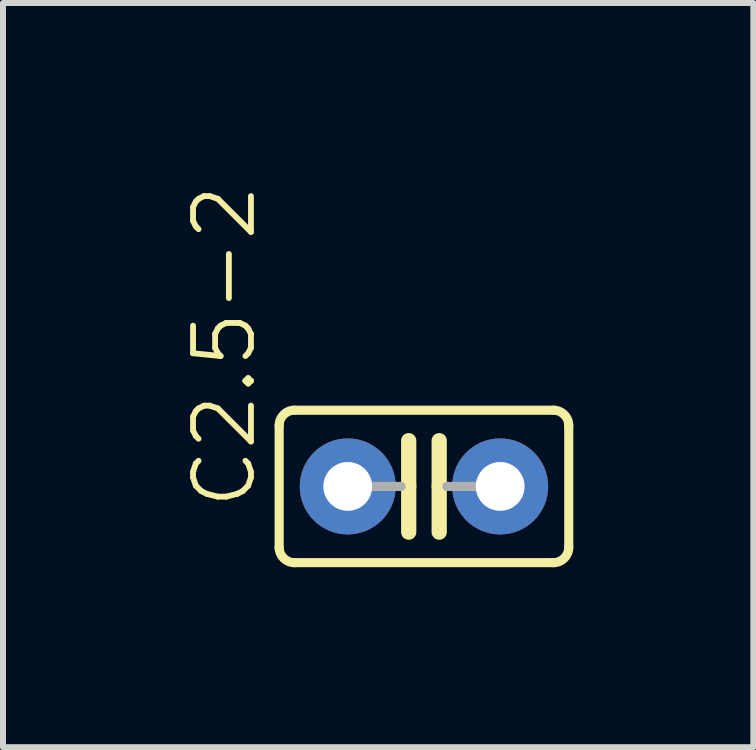
<source format=kicad_pcb>
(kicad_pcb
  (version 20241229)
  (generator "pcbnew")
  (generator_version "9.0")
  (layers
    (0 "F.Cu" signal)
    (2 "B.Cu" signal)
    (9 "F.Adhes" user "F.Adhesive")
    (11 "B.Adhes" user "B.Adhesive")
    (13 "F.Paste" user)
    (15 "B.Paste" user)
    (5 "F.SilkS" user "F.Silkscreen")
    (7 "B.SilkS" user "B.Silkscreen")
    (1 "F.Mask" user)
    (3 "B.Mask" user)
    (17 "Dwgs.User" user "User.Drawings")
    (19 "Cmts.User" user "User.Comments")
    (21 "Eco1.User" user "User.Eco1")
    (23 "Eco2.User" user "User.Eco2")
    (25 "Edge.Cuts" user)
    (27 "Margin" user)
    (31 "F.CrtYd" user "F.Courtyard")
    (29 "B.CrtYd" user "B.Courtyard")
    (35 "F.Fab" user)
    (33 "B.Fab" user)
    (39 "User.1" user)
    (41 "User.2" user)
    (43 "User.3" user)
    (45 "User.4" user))
  (footprint "C2.5-2"
    (layer "F.Cu")
    (at 4.015 5.056)
    (property "Reference" "C2.5-2" (at -2.76 0.418 90) (layer "F.SilkS") (effects (font (size 0.965 0.965) (thickness 0.097)) (justify left bottom)))
    (attr through_hole)
    (fp_line (start -2.413 -1.016) (end -2.413 1.016) (stroke (width 0.152) (type solid)) (layer "F.SilkS"))
    (fp_line (start -2.159 -1.27) (end 2.159 -1.27) (stroke (width 0.152) (type solid)) (layer "F.SilkS"))
    (fp_line (start -0.254 -0.762) (end -0.254 0) (stroke (width 0.254) (type solid)) (layer "F.SilkS"))
    (fp_line (start -0.254 0) (end -0.381 0) (stroke (width 0.152) (type solid)) (layer "F.SilkS"))
    (fp_line (start -0.254 0) (end -0.254 0.762) (stroke (width 0.254) (type solid)) (layer "F.SilkS"))
    (fp_line (start 0.254 0) (end 0.254 -0.762) (stroke (width 0.254) (type solid)) (layer "F.SilkS"))
    (fp_line (start 0.254 0) (end 0.254 0.762) (stroke (width 0.254) (type solid)) (layer "F.SilkS"))
    (fp_line (start 0.381 0) (end 0.254 0) (stroke (width 0.152) (type solid)) (layer "F.SilkS"))
    (fp_line (start 2.159 1.27) (end -2.159 1.27) (stroke (width 0.152) (type solid)) (layer "F.SilkS"))
    (fp_line (start 2.413 -1.016) (end 2.413 1.016) (stroke (width 0.152) (type solid)) (layer "F.SilkS"))
    (fp_arc (start -2.413 -1.016) (mid -2.338605 -1.195605) (end -2.159 -1.27) (stroke (width 0.1524) (type solid)) (layer "F.SilkS"))
    (fp_arc (start -2.159 1.27) (mid -2.338605 1.195605) (end -2.413 1.016) (stroke (width 0.1524) (type solid)) (layer "F.SilkS"))
    (fp_arc (start 2.159 -1.27) (mid 2.338605 -1.195605) (end 2.413 -1.016) (stroke (width 0.1524) (type solid)) (layer "F.SilkS"))
    (fp_arc (start 2.413 1.016) (mid 2.338605 1.195605) (end 2.159 1.27) (stroke (width 0.1524) (type solid)) (layer "F.SilkS"))
    (fp_line (start -0.381 0) (end -1.27 0) (stroke (width 0.152) (type solid)) (layer "F.Fab"))
    (fp_line (start 1.27 0) (end 0.381 0) (stroke (width 0.152) (type solid)) (layer "F.Fab"))
    (pad "1" thru_hole circle (at -1.27 0) (size 1.6 1.6) (drill 0.813) (layers "*.Cu" "*.Mask"))
    (pad "2" thru_hole circle (at 1.27 0) (size 1.6 1.6) (drill 0.813) (layers "*.Cu" "*.Mask")))
  (gr_rect
    (start -3 -3)
    (end 9.504 9.402)
    (stroke (width 0.1) (type default))
    (fill no)
    (layer "Edge.Cuts")))
</source>
